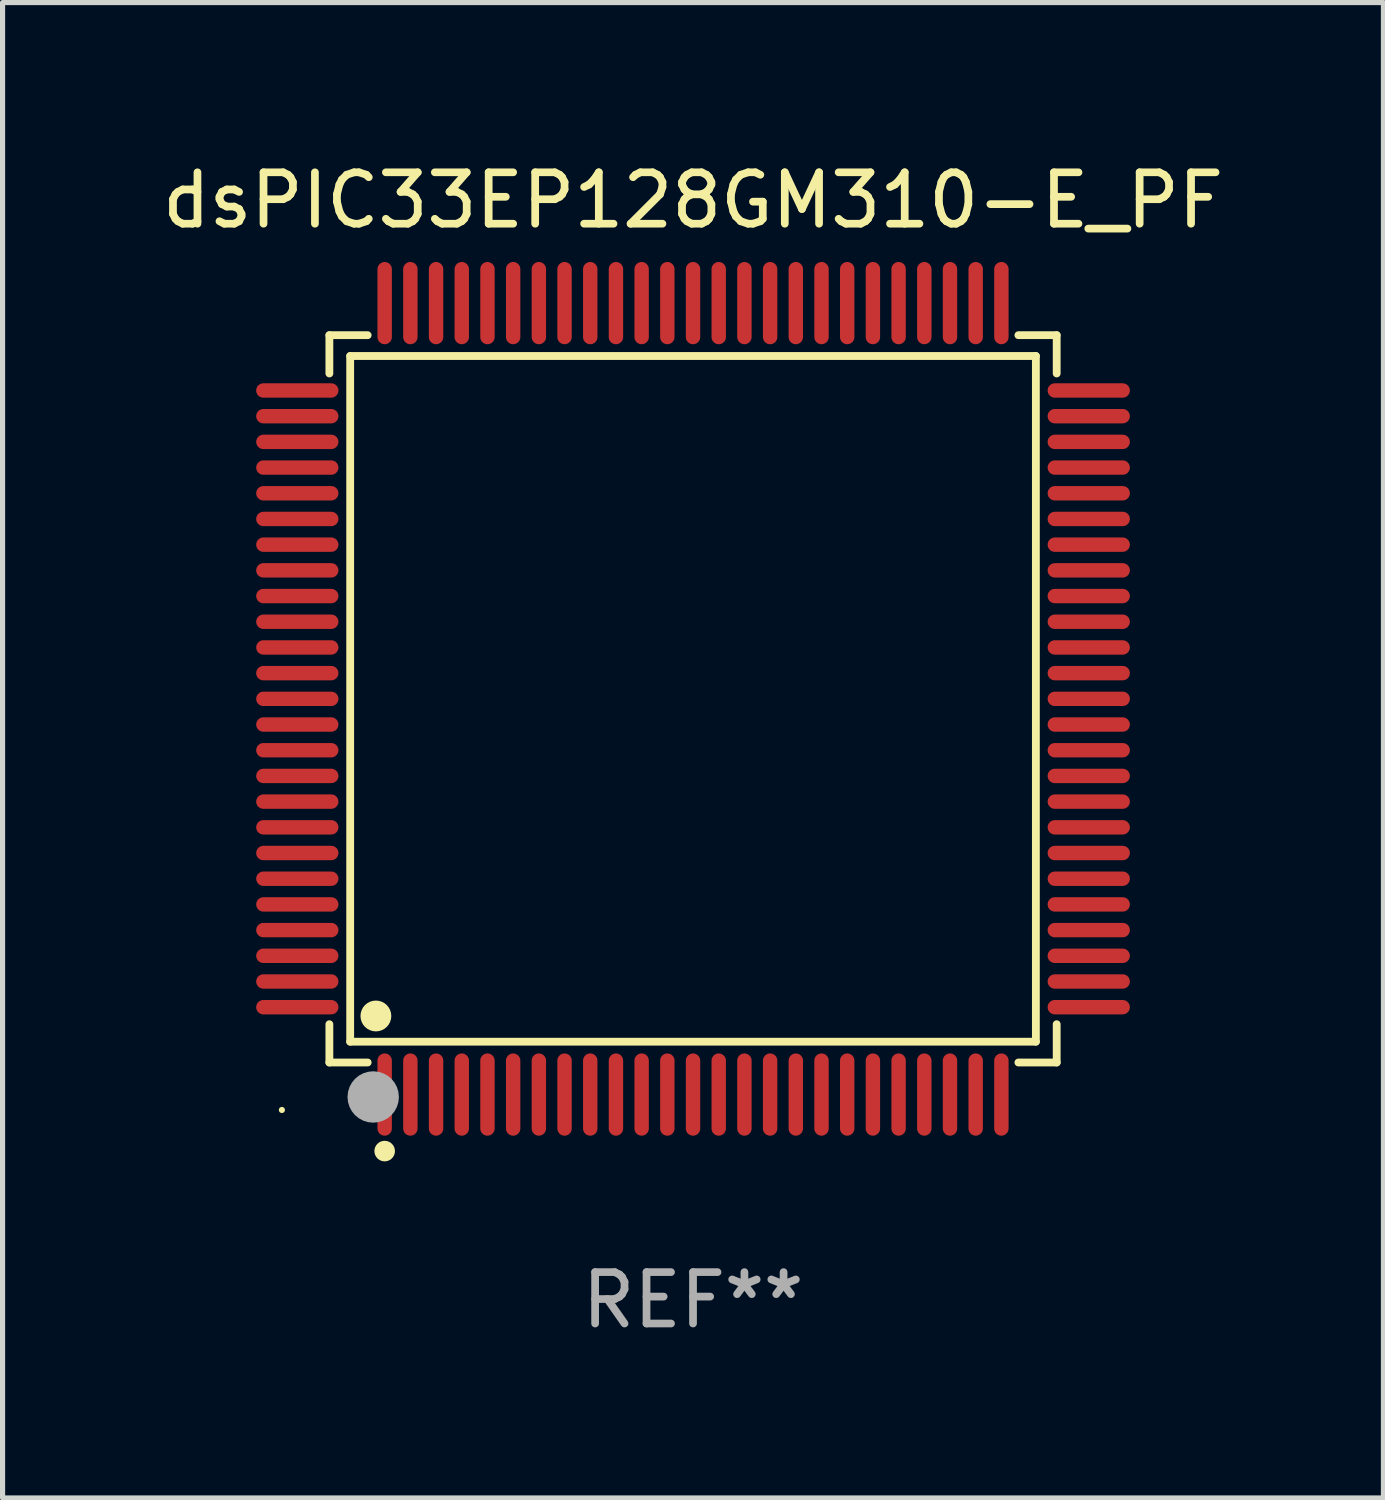
<source format=kicad_pcb>
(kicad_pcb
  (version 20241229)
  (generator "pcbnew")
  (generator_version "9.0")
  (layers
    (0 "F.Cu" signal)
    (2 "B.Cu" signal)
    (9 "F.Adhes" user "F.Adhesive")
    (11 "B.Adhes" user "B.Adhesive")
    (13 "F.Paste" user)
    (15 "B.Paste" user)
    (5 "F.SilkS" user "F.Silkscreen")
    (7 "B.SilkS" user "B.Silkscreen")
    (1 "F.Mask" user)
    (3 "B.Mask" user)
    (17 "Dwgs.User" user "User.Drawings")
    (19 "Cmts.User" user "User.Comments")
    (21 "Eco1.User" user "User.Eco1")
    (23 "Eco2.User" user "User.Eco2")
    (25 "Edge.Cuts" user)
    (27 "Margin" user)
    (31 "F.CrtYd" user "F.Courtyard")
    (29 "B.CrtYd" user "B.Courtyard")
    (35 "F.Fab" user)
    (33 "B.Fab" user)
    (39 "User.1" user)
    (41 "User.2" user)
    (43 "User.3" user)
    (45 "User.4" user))
  (footprint "dsPIC33EP128GM310-E_PF"
    (layer "F.Cu")
    (at 10.435 10.548)
    (property "Reference" "dsPIC33EP128GM310-E_PF" (at 0 -9.7 0) (layer "F.SilkS") (effects (font (size 1 1) (thickness 0.15))))
    (attr through_hole)
    (fp_line (start -7.076 -7.076) (end -6.331 -7.076) (stroke (width 0.152) (type solid)) (layer "F.SilkS"))
    (fp_line (start -7.076 -6.331) (end -7.076 -7.076) (stroke (width 0.152) (type solid)) (layer "F.SilkS"))
    (fp_line (start -7.076 6.331) (end -7.076 7.076) (stroke (width 0.152) (type solid)) (layer "F.SilkS"))
    (fp_line (start -7.076 7.076) (end -6.331 7.076) (stroke (width 0.152) (type solid)) (layer "F.SilkS"))
    (fp_line (start -6.671 -6.671) (end 6.671 -6.671) (stroke (width 0.152) (type solid)) (layer "F.SilkS"))
    (fp_line (start -6.671 6.671) (end -6.671 -6.671) (stroke (width 0.152) (type solid)) (layer "F.SilkS"))
    (fp_line (start 6.671 -6.671) (end 6.671 6.671) (stroke (width 0.152) (type solid)) (layer "F.SilkS"))
    (fp_line (start 6.671 6.671) (end -6.671 6.671) (stroke (width 0.152) (type solid)) (layer "F.SilkS"))
    (fp_line (start 7.076 -7.076) (end 6.331 -7.076) (stroke (width 0.152) (type solid)) (layer "F.SilkS"))
    (fp_line (start 7.076 -6.331) (end 7.076 -7.076) (stroke (width 0.152) (type solid)) (layer "F.SilkS"))
    (fp_line (start 7.076 6.331) (end 7.076 7.076) (stroke (width 0.152) (type solid)) (layer "F.SilkS"))
    (fp_line (start 7.076 7.076) (end 6.331 7.076) (stroke (width 0.152) (type solid)) (layer "F.SilkS"))
    (fp_circle (center -8 8) (end -7.97 8) (stroke (width 0.06) (type solid)) (fill no) (layer "F.SilkS"))
    (fp_circle (center -6.171 6.171) (end -6.021 6.171) (stroke (width 0.3) (type solid)) (fill no) (layer "F.SilkS"))
    (fp_circle (center -6 8.8) (end -5.9 8.8) (stroke (width 0.2) (type solid)) (fill no) (layer "F.SilkS"))
    (fp_circle (center -6.223 7.747) (end -5.973 7.747) (stroke (width 0.5) (type solid)) (fill no) (layer "F.Fab"))
    (fp_text user "REF**" (at 0 11.7 0) (layer "F.Fab") (effects (font (size 1 1) (thickness 0.15))))
    (pad "1" smd oval (at -6 7.7) (size 0.28 1.6) (layers "F.Cu" "F.Mask" "F.Paste"))
    (pad "2" smd oval (at -5.5 7.7) (size 0.28 1.6) (layers "F.Cu" "F.Mask" "F.Paste"))
    (pad "3" smd oval (at -5 7.7) (size 0.28 1.6) (layers "F.Cu" "F.Mask" "F.Paste"))
    (pad "4" smd oval (at -4.5 7.7) (size 0.28 1.6) (layers "F.Cu" "F.Mask" "F.Paste"))
    (pad "5" smd oval (at -4 7.7) (size 0.28 1.6) (layers "F.Cu" "F.Mask" "F.Paste"))
    (pad "6" smd oval (at -3.5 7.7) (size 0.28 1.6) (layers "F.Cu" "F.Mask" "F.Paste"))
    (pad "7" smd oval (at -3 7.7) (size 0.28 1.6) (layers "F.Cu" "F.Mask" "F.Paste"))
    (pad "8" smd oval (at -2.5 7.7) (size 0.28 1.6) (layers "F.Cu" "F.Mask" "F.Paste"))
    (pad "9" smd oval (at -2 7.7) (size 0.28 1.6) (layers "F.Cu" "F.Mask" "F.Paste"))
    (pad "10" smd oval (at -1.5 7.7) (size 0.28 1.6) (layers "F.Cu" "F.Mask" "F.Paste"))
    (pad "11" smd oval (at -1 7.7) (size 0.28 1.6) (layers "F.Cu" "F.Mask" "F.Paste"))
    (pad "12" smd oval (at -0.5 7.7) (size 0.28 1.6) (layers "F.Cu" "F.Mask" "F.Paste"))
    (pad "13" smd oval (at 0 7.7) (size 0.28 1.6) (layers "F.Cu" "F.Mask" "F.Paste"))
    (pad "14" smd oval (at 0.5 7.7) (size 0.28 1.6) (layers "F.Cu" "F.Mask" "F.Paste"))
    (pad "15" smd oval (at 1 7.7) (size 0.28 1.6) (layers "F.Cu" "F.Mask" "F.Paste"))
    (pad "16" smd oval (at 1.5 7.7) (size 0.28 1.6) (layers "F.Cu" "F.Mask" "F.Paste"))
    (pad "17" smd oval (at 2 7.7) (size 0.28 1.6) (layers "F.Cu" "F.Mask" "F.Paste"))
    (pad "18" smd oval (at 2.5 7.7) (size 0.28 1.6) (layers "F.Cu" "F.Mask" "F.Paste"))
    (pad "19" smd oval (at 3 7.7) (size 0.28 1.6) (layers "F.Cu" "F.Mask" "F.Paste"))
    (pad "20" smd oval (at 3.5 7.7) (size 0.28 1.6) (layers "F.Cu" "F.Mask" "F.Paste"))
    (pad "21" smd oval (at 4 7.7) (size 0.28 1.6) (layers "F.Cu" "F.Mask" "F.Paste"))
    (pad "22" smd oval (at 4.5 7.7) (size 0.28 1.6) (layers "F.Cu" "F.Mask" "F.Paste"))
    (pad "23" smd oval (at 5 7.7) (size 0.28 1.6) (layers "F.Cu" "F.Mask" "F.Paste"))
    (pad "24" smd oval (at 5.5 7.7) (size 0.28 1.6) (layers "F.Cu" "F.Mask" "F.Paste"))
    (pad "25" smd oval (at 6 7.7) (size 0.28 1.6) (layers "F.Cu" "F.Mask" "F.Paste"))
    (pad "26" smd oval (at 7.7 6) (size 1.6 0.28) (layers "F.Cu" "F.Mask" "F.Paste"))
    (pad "27" smd oval (at 7.7 5.5) (size 1.6 0.28) (layers "F.Cu" "F.Mask" "F.Paste"))
    (pad "28" smd oval (at 7.7 5) (size 1.6 0.28) (layers "F.Cu" "F.Mask" "F.Paste"))
    (pad "29" smd oval (at 7.7 4.5) (size 1.6 0.28) (layers "F.Cu" "F.Mask" "F.Paste"))
    (pad "30" smd oval (at 7.7 4) (size 1.6 0.28) (layers "F.Cu" "F.Mask" "F.Paste"))
    (pad "31" smd oval (at 7.7 3.5) (size 1.6 0.28) (layers "F.Cu" "F.Mask" "F.Paste"))
    (pad "32" smd oval (at 7.7 3) (size 1.6 0.28) (layers "F.Cu" "F.Mask" "F.Paste"))
    (pad "33" smd oval (at 7.7 2.5) (size 1.6 0.28) (layers "F.Cu" "F.Mask" "F.Paste"))
    (pad "34" smd oval (at 7.7 2) (size 1.6 0.28) (layers "F.Cu" "F.Mask" "F.Paste"))
    (pad "35" smd oval (at 7.7 1.5) (size 1.6 0.28) (layers "F.Cu" "F.Mask" "F.Paste"))
    (pad "36" smd oval (at 7.7 1) (size 1.6 0.28) (layers "F.Cu" "F.Mask" "F.Paste"))
    (pad "37" smd oval (at 7.7 0.5) (size 1.6 0.28) (layers "F.Cu" "F.Mask" "F.Paste"))
    (pad "38" smd oval (at 7.7 0) (size 1.6 0.28) (layers "F.Cu" "F.Mask" "F.Paste"))
    (pad "39" smd oval (at 7.7 -0.5) (size 1.6 0.28) (layers "F.Cu" "F.Mask" "F.Paste"))
    (pad "40" smd oval (at 7.7 -1) (size 1.6 0.28) (layers "F.Cu" "F.Mask" "F.Paste"))
    (pad "41" smd oval (at 7.7 -1.5) (size 1.6 0.28) (layers "F.Cu" "F.Mask" "F.Paste"))
    (pad "42" smd oval (at 7.7 -2) (size 1.6 0.28) (layers "F.Cu" "F.Mask" "F.Paste"))
    (pad "43" smd oval (at 7.7 -2.5) (size 1.6 0.28) (layers "F.Cu" "F.Mask" "F.Paste"))
    (pad "44" smd oval (at 7.7 -3) (size 1.6 0.28) (layers "F.Cu" "F.Mask" "F.Paste"))
    (pad "45" smd oval (at 7.7 -3.5) (size 1.6 0.28) (layers "F.Cu" "F.Mask" "F.Paste"))
    (pad "46" smd oval (at 7.7 -4) (size 1.6 0.28) (layers "F.Cu" "F.Mask" "F.Paste"))
    (pad "47" smd oval (at 7.7 -4.5) (size 1.6 0.28) (layers "F.Cu" "F.Mask" "F.Paste"))
    (pad "48" smd oval (at 7.7 -5) (size 1.6 0.28) (layers "F.Cu" "F.Mask" "F.Paste"))
    (pad "49" smd oval (at 7.7 -5.5) (size 1.6 0.28) (layers "F.Cu" "F.Mask" "F.Paste"))
    (pad "50" smd oval (at 7.7 -6) (size 1.6 0.28) (layers "F.Cu" "F.Mask" "F.Paste"))
    (pad "51" smd oval (at 6 -7.7) (size 0.28 1.6) (layers "F.Cu" "F.Mask" "F.Paste"))
    (pad "52" smd oval (at 5.5 -7.7) (size 0.28 1.6) (layers "F.Cu" "F.Mask" "F.Paste"))
    (pad "53" smd oval (at 5 -7.7) (size 0.28 1.6) (layers "F.Cu" "F.Mask" "F.Paste"))
    (pad "54" smd oval (at 4.5 -7.7) (size 0.28 1.6) (layers "F.Cu" "F.Mask" "F.Paste"))
    (pad "55" smd oval (at 4 -7.7) (size 0.28 1.6) (layers "F.Cu" "F.Mask" "F.Paste"))
    (pad "56" smd oval (at 3.5 -7.7) (size 0.28 1.6) (layers "F.Cu" "F.Mask" "F.Paste"))
    (pad "57" smd oval (at 3 -7.7) (size 0.28 1.6) (layers "F.Cu" "F.Mask" "F.Paste"))
    (pad "58" smd oval (at 2.5 -7.7) (size 0.28 1.6) (layers "F.Cu" "F.Mask" "F.Paste"))
    (pad "59" smd oval (at 2 -7.7) (size 0.28 1.6) (layers "F.Cu" "F.Mask" "F.Paste"))
    (pad "60" smd oval (at 1.5 -7.7) (size 0.28 1.6) (layers "F.Cu" "F.Mask" "F.Paste"))
    (pad "61" smd oval (at 1 -7.7) (size 0.28 1.6) (layers "F.Cu" "F.Mask" "F.Paste"))
    (pad "62" smd oval (at 0.5 -7.7) (size 0.28 1.6) (layers "F.Cu" "F.Mask" "F.Paste"))
    (pad "63" smd oval (at 0 -7.7) (size 0.28 1.6) (layers "F.Cu" "F.Mask" "F.Paste"))
    (pad "64" smd oval (at -0.5 -7.7) (size 0.28 1.6) (layers "F.Cu" "F.Mask" "F.Paste"))
    (pad "65" smd oval (at -1 -7.7) (size 0.28 1.6) (layers "F.Cu" "F.Mask" "F.Paste"))
    (pad "66" smd oval (at -1.5 -7.7) (size 0.28 1.6) (layers "F.Cu" "F.Mask" "F.Paste"))
    (pad "67" smd oval (at -2 -7.7) (size 0.28 1.6) (layers "F.Cu" "F.Mask" "F.Paste"))
    (pad "68" smd oval (at -2.5 -7.7) (size 0.28 1.6) (layers "F.Cu" "F.Mask" "F.Paste"))
    (pad "69" smd oval (at -3 -7.7) (size 0.28 1.6) (layers "F.Cu" "F.Mask" "F.Paste"))
    (pad "70" smd oval (at -3.5 -7.7) (size 0.28 1.6) (layers "F.Cu" "F.Mask" "F.Paste"))
    (pad "71" smd oval (at -4 -7.7) (size 0.28 1.6) (layers "F.Cu" "F.Mask" "F.Paste"))
    (pad "72" smd oval (at -4.5 -7.7) (size 0.28 1.6) (layers "F.Cu" "F.Mask" "F.Paste"))
    (pad "73" smd oval (at -5 -7.7) (size 0.28 1.6) (layers "F.Cu" "F.Mask" "F.Paste"))
    (pad "74" smd oval (at -5.5 -7.7) (size 0.28 1.6) (layers "F.Cu" "F.Mask" "F.Paste"))
    (pad "75" smd oval (at -6 -7.7) (size 0.28 1.6) (layers "F.Cu" "F.Mask" "F.Paste"))
    (pad "76" smd oval (at -7.7 -6) (size 1.6 0.28) (layers "F.Cu" "F.Mask" "F.Paste"))
    (pad "77" smd oval (at -7.7 -5.5) (size 1.6 0.28) (layers "F.Cu" "F.Mask" "F.Paste"))
    (pad "78" smd oval (at -7.7 -5) (size 1.6 0.28) (layers "F.Cu" "F.Mask" "F.Paste"))
    (pad "79" smd oval (at -7.7 -4.5) (size 1.6 0.28) (layers "F.Cu" "F.Mask" "F.Paste"))
    (pad "80" smd oval (at -7.7 -4) (size 1.6 0.28) (layers "F.Cu" "F.Mask" "F.Paste"))
    (pad "81" smd oval (at -7.7 -3.5) (size 1.6 0.28) (layers "F.Cu" "F.Mask" "F.Paste"))
    (pad "82" smd oval (at -7.7 -3) (size 1.6 0.28) (layers "F.Cu" "F.Mask" "F.Paste"))
    (pad "83" smd oval (at -7.7 -2.5) (size 1.6 0.28) (layers "F.Cu" "F.Mask" "F.Paste"))
    (pad "84" smd oval (at -7.7 -2) (size 1.6 0.28) (layers "F.Cu" "F.Mask" "F.Paste"))
    (pad "85" smd oval (at -7.7 -1.5) (size 1.6 0.28) (layers "F.Cu" "F.Mask" "F.Paste"))
    (pad "86" smd oval (at -7.7 -1) (size 1.6 0.28) (layers "F.Cu" "F.Mask" "F.Paste"))
    (pad "87" smd oval (at -7.7 -0.5) (size 1.6 0.28) (layers "F.Cu" "F.Mask" "F.Paste"))
    (pad "88" smd oval (at -7.7 0) (size 1.6 0.28) (layers "F.Cu" "F.Mask" "F.Paste"))
    (pad "89" smd oval (at -7.7 0.5) (size 1.6 0.28) (layers "F.Cu" "F.Mask" "F.Paste"))
    (pad "90" smd oval (at -7.7 1) (size 1.6 0.28) (layers "F.Cu" "F.Mask" "F.Paste"))
    (pad "91" smd oval (at -7.7 1.5) (size 1.6 0.28) (layers "F.Cu" "F.Mask" "F.Paste"))
    (pad "92" smd oval (at -7.7 2) (size 1.6 0.28) (layers "F.Cu" "F.Mask" "F.Paste"))
    (pad "93" smd oval (at -7.7 2.5) (size 1.6 0.28) (layers "F.Cu" "F.Mask" "F.Paste"))
    (pad "94" smd oval (at -7.7 3) (size 1.6 0.28) (layers "F.Cu" "F.Mask" "F.Paste"))
    (pad "95" smd oval (at -7.7 3.5) (size 1.6 0.28) (layers "F.Cu" "F.Mask" "F.Paste"))
    (pad "96" smd oval (at -7.7 4) (size 1.6 0.28) (layers "F.Cu" "F.Mask" "F.Paste"))
    (pad "97" smd oval (at -7.7 4.5) (size 1.6 0.28) (layers "F.Cu" "F.Mask" "F.Paste"))
    (pad "98" smd oval (at -7.7 5) (size 1.6 0.28) (layers "F.Cu" "F.Mask" "F.Paste"))
    (pad "99" smd oval (at -7.7 5.5) (size 1.6 0.28) (layers "F.Cu" "F.Mask" "F.Paste"))
    (pad "100" smd oval (at -7.7 6) (size 1.6 0.28) (layers "F.Cu" "F.Mask" "F.Paste")))
  (gr_rect
    (start -3 -3)
    (end 23.869 26.097)
    (stroke (width 0.1) (type default))
    (fill no)
    (layer "Edge.Cuts")))
</source>
